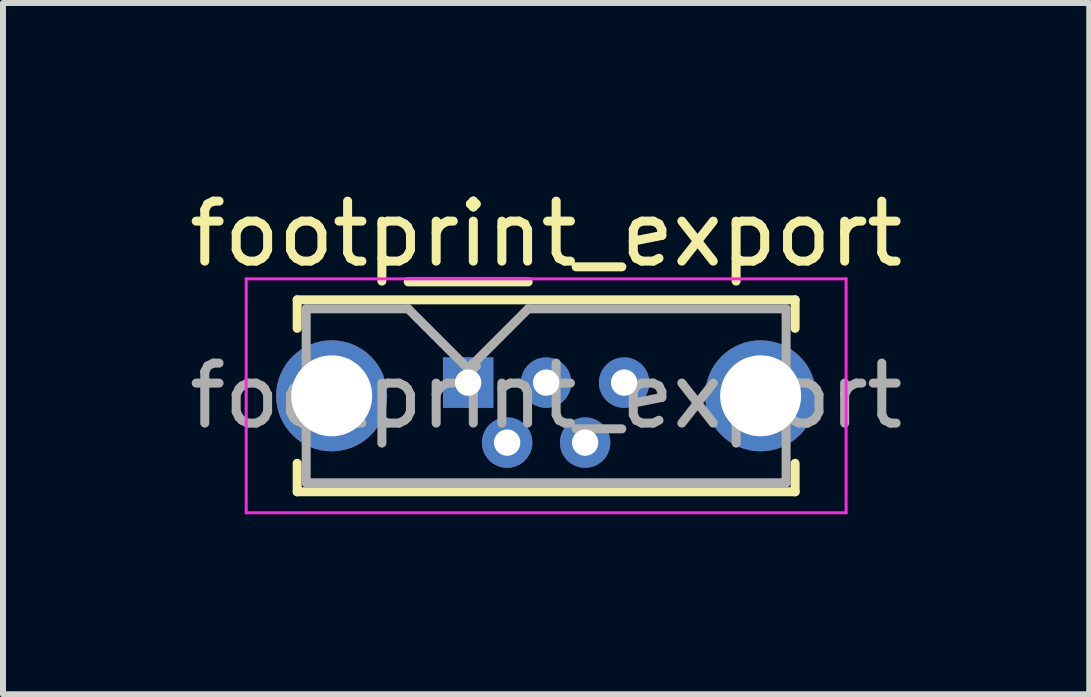
<source format=kicad_pcb>
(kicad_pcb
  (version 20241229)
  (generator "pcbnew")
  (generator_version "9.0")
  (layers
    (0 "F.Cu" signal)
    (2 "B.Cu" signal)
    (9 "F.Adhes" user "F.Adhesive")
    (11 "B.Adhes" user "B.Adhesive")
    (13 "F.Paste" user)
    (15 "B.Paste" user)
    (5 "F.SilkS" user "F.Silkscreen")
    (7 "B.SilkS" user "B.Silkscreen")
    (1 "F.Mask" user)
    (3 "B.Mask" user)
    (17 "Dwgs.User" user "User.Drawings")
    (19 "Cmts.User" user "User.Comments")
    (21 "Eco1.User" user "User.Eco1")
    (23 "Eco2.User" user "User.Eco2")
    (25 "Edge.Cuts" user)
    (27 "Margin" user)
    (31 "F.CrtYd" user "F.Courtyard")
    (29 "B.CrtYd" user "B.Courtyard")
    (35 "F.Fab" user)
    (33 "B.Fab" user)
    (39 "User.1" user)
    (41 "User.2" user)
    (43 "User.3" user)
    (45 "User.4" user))
  (footprint "footprint_export"
    (layer "F.Cu")
    (at 4.754 3.328)
    (property "Reference" "footprint_export" (at 1.3 -2.48 0) (layer "F.SilkS") (effects (font (size 1 1) (thickness 0.15))))
    (attr through_hole)
    (fp_line (start -2.85 -1.38) (end 5.45 -1.38) (stroke (width 0.15) (type solid)) (layer "F.SilkS"))
    (fp_line (start -2.85 -0.905) (end -2.85 -1.38) (stroke (width 0.15) (type solid)) (layer "F.SilkS"))
    (fp_line (start -2.85 1.345) (end -2.85 1.82) (stroke (width 0.15) (type solid)) (layer "F.SilkS"))
    (fp_line (start -2.85 1.82) (end 5.45 1.82) (stroke (width 0.15) (type solid)) (layer "F.SilkS"))
    (fp_line (start -1 -1.68) (end 1 -1.68) (stroke (width 0.15) (type solid)) (layer "F.SilkS"))
    (fp_line (start 5.45 -1.38) (end 5.45 -0.905) (stroke (width 0.15) (type solid)) (layer "F.SilkS"))
    (fp_line (start 5.45 1.82) (end 5.45 1.345) (stroke (width 0.15) (type solid)) (layer "F.SilkS"))
    (fp_line (start -3.7 -1.73) (end -3.7 2.17) (stroke (width 0.05) (type solid)) (layer "F.CrtYd"))
    (fp_line (start -3.7 2.17) (end 6.3 2.17) (stroke (width 0.05) (type solid)) (layer "F.CrtYd"))
    (fp_line (start 6.3 -1.73) (end -3.7 -1.73) (stroke (width 0.05) (type solid)) (layer "F.CrtYd"))
    (fp_line (start 6.3 2.17) (end 6.3 -1.73) (stroke (width 0.05) (type solid)) (layer "F.CrtYd"))
    (fp_line (start -2.7 -1.23) (end -1 -1.23) (stroke (width 0.15) (type solid)) (layer "F.Fab"))
    (fp_line (start -2.7 1.67) (end -2.7 -1.23) (stroke (width 0.15) (type solid)) (layer "F.Fab"))
    (fp_line (start -1 -1.23) (end 0 -0.23) (stroke (width 0.15) (type solid)) (layer "F.Fab"))
    (fp_line (start 0 -0.23) (end 1 -1.23) (stroke (width 0.15) (type solid)) (layer "F.Fab"))
    (fp_line (start 1 -1.23) (end 5.3 -1.23) (stroke (width 0.15) (type solid)) (layer "F.Fab"))
    (fp_line (start 5.3 -1.23) (end 5.3 1.67) (stroke (width 0.15) (type solid)) (layer "F.Fab"))
    (fp_line (start 5.3 1.67) (end -2.7 1.67) (stroke (width 0.15) (type solid)) (layer "F.Fab"))
    (fp_text user "${REFERENCE}" (at 1.3 0.22 0) (layer "F.Fab") (effects (font (size 1 1) (thickness 0.15))))
    (pad "1" thru_hole rect (at 0 0) (size 0.84 0.84) (drill 0.44) (layers "*.Cu" "*.Mask"))
    (pad "2" thru_hole circle (at 0.65 1) (size 0.84 0.84) (drill 0.44) (layers "*.Cu" "*.Mask"))
    (pad "3" thru_hole circle (at 1.3 0) (size 0.84 0.84) (drill 0.44) (layers "*.Cu" "*.Mask"))
    (pad "4" thru_hole circle (at 1.95 1) (size 0.84 0.84) (drill 0.44) (layers "*.Cu" "*.Mask"))
    (pad "5" thru_hole circle (at 2.6 0) (size 0.84 0.84) (drill 0.44) (layers "*.Cu" "*.Mask"))
    (pad "6" thru_hole circle (at -2.275 0.22) (size 1.85 1.85) (drill 1.35) (layers "*.Cu" "*.Mask"))
    (pad "6" thru_hole circle (at 4.875 0.22) (size 1.85 1.85) (drill 1.35) (layers "*.Cu" "*.Mask")))
  (gr_rect
    (start -3 -3)
    (end 15.107 8.523)
    (stroke (width 0.1) (type default))
    (fill no)
    (layer "Edge.Cuts")))
</source>
